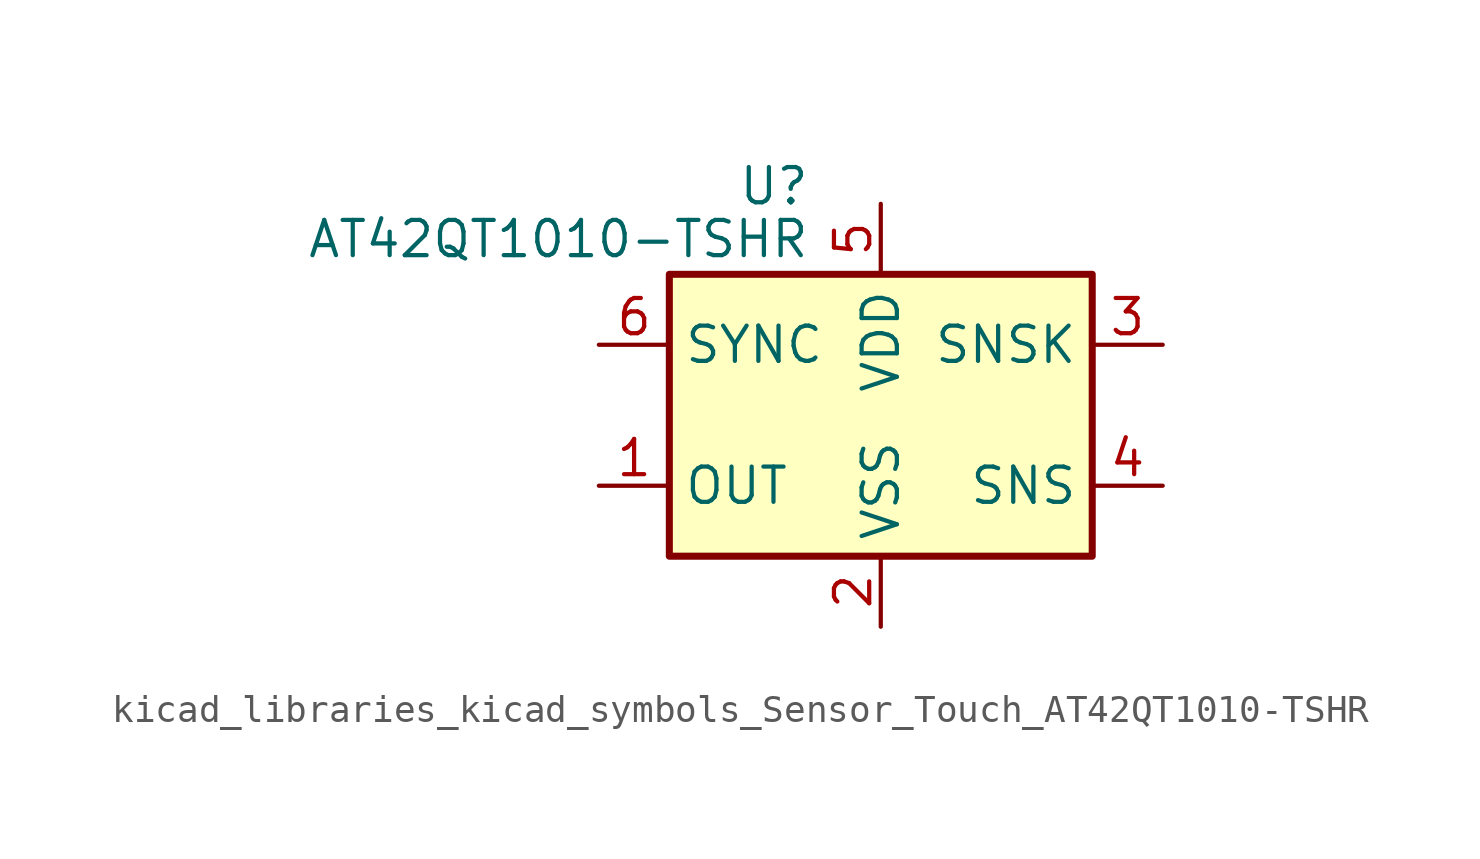
<source format=kicad_sym>
(kicad_symbol_lib
  (version 20220914)
  (generator kicad_symbol_editor)
  (symbol "kicad_libraries_kicad_symbols_Sensor_Touch_AT42QT1010-TSHR"
    (property "Reference" "U"
      (at -2.54 8.255 0)
      (effects (font (size 1.27 1.27)) (justify right)))
    (property "Value" "AT42QT1010-TSHR"
      (at -2.54 6.35 0)
      (effects (font (size 1.27 1.27)) (justify right)))
    (symbol "kicad_libraries_kicad_symbols_Sensor_Touch_AT42QT1010-TSHR_0_1"
      (rectangle (start -7.62 5.08) (end 7.62 -5.08) (stroke (width 0.254) (type default)) (fill (type background))))
    (symbol "kicad_libraries_kicad_symbols_Sensor_Touch_AT42QT1010-TSHR_1_1"
      (pin output line (at -10.16 -2.54 0) (length 2.54) (name "OUT" (effects (font (size 1.27 1.27)))) (number "1" (effects (font (size 1.27 1.27)))))
      (pin power_in line (at 0 -7.62 90) (length 2.54) (name "VSS" (effects (font (size 1.27 1.27)))) (number "2" (effects (font (size 1.27 1.27)))))
      (pin passive line (at 10.16 2.54 180) (length 2.54) (name "SNSK" (effects (font (size 1.27 1.27)))) (number "3" (effects (font (size 1.27 1.27)))))
      (pin passive line (at 10.16 -2.54 180) (length 2.54) (name "SNS" (effects (font (size 1.27 1.27)))) (number "4" (effects (font (size 1.27 1.27)))))
      (pin power_in line (at 0 7.62 270) (length 2.54) (name "VDD" (effects (font (size 1.27 1.27)))) (number "5" (effects (font (size 1.27 1.27)))))
      (pin input line (at -10.16 2.54 0) (length 2.54) (name "SYNC" (effects (font (size 1.27 1.27)))) (number "6" (effects (font (size 1.27 1.27))))))))
</source>
